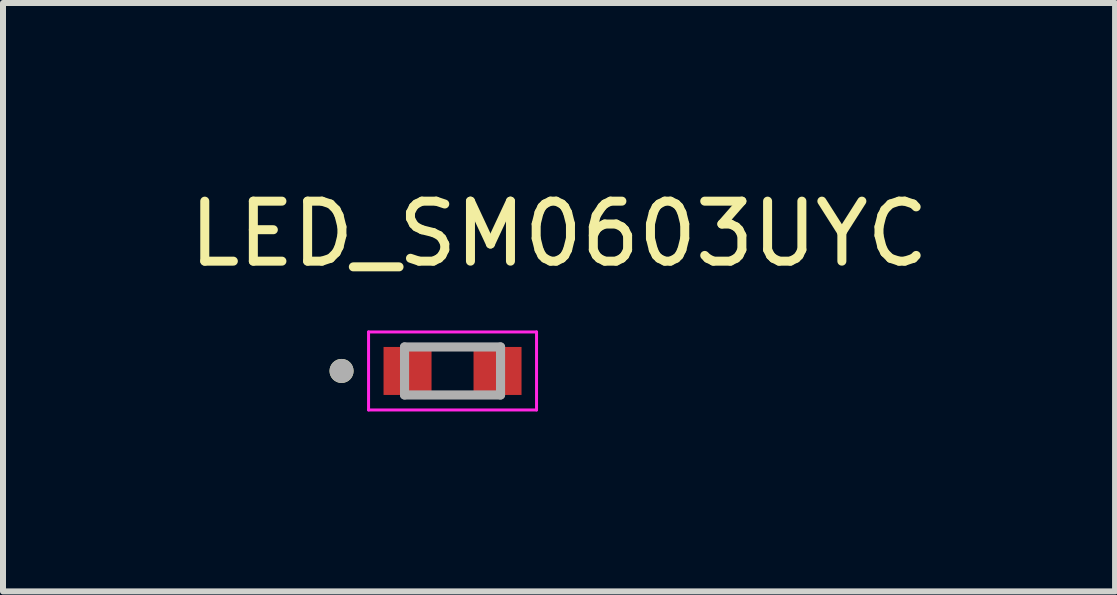
<source format=kicad_pcb>
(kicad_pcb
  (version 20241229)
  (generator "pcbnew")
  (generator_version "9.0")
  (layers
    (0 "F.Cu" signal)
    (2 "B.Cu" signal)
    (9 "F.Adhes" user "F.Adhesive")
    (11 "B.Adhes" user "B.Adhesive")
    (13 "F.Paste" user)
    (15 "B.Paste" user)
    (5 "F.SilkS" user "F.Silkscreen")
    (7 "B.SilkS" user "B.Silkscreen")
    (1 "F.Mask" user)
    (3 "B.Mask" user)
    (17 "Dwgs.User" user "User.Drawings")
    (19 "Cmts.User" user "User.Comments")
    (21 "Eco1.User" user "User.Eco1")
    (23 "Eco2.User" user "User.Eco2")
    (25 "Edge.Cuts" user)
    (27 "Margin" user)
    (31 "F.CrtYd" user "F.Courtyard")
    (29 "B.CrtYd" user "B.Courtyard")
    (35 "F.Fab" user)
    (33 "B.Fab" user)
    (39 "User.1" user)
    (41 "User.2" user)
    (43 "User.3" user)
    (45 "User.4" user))
  (footprint "LED_SM0603UYC"
    (layer "F.Cu")
    (at 4.493 3.133)
    (property "Reference" "LED_SM0603UYC" (at 1.775 -2.285 0) (layer "F.SilkS") (effects (font (size 1 1) (thickness 0.15))))
    (attr smd)
    (fp_circle (center -1.85 0) (end -1.75 0) (stroke (width 0.2) (type solid)) (fill no) (layer "F.SilkS"))
    (fp_line (start -1.4 -0.65) (end -1.4 0.65) (stroke (width 0.05) (type solid)) (layer "F.CrtYd"))
    (fp_line (start -1.4 0.65) (end 1.4 0.65) (stroke (width 0.05) (type solid)) (layer "F.CrtYd"))
    (fp_line (start 1.4 -0.65) (end -1.4 -0.65) (stroke (width 0.05) (type solid)) (layer "F.CrtYd"))
    (fp_line (start 1.4 0.65) (end 1.4 -0.65) (stroke (width 0.05) (type solid)) (layer "F.CrtYd"))
    (fp_line (start -0.8 -0.4) (end 0.8 -0.4) (stroke (width 0.152) (type solid)) (layer "F.Fab"))
    (fp_line (start -0.8 0.4) (end -0.8 -0.4) (stroke (width 0.152) (type solid)) (layer "F.Fab"))
    (fp_line (start 0.8 -0.4) (end 0.8 0.4) (stroke (width 0.152) (type solid)) (layer "F.Fab"))
    (fp_line (start 0.8 0.4) (end -0.8 0.4) (stroke (width 0.152) (type solid)) (layer "F.Fab"))
    (fp_circle (center -1.85 0) (end -1.75 0) (stroke (width 0.2) (type solid)) (fill no) (layer "F.Fab"))
    (pad "A" smd rect (at 0.75 0) (size 0.8 0.8) (layers "F.Cu" "F.Mask" "F.Paste"))
    (pad "C" smd rect (at -0.75 0) (size 0.8 0.8) (layers "F.Cu" "F.Mask" "F.Paste")))
  (gr_rect
    (start -3 -3)
    (end 15.536 6.808)
    (stroke (width 0.1) (type default))
    (fill no)
    (layer "Edge.Cuts")))
</source>
